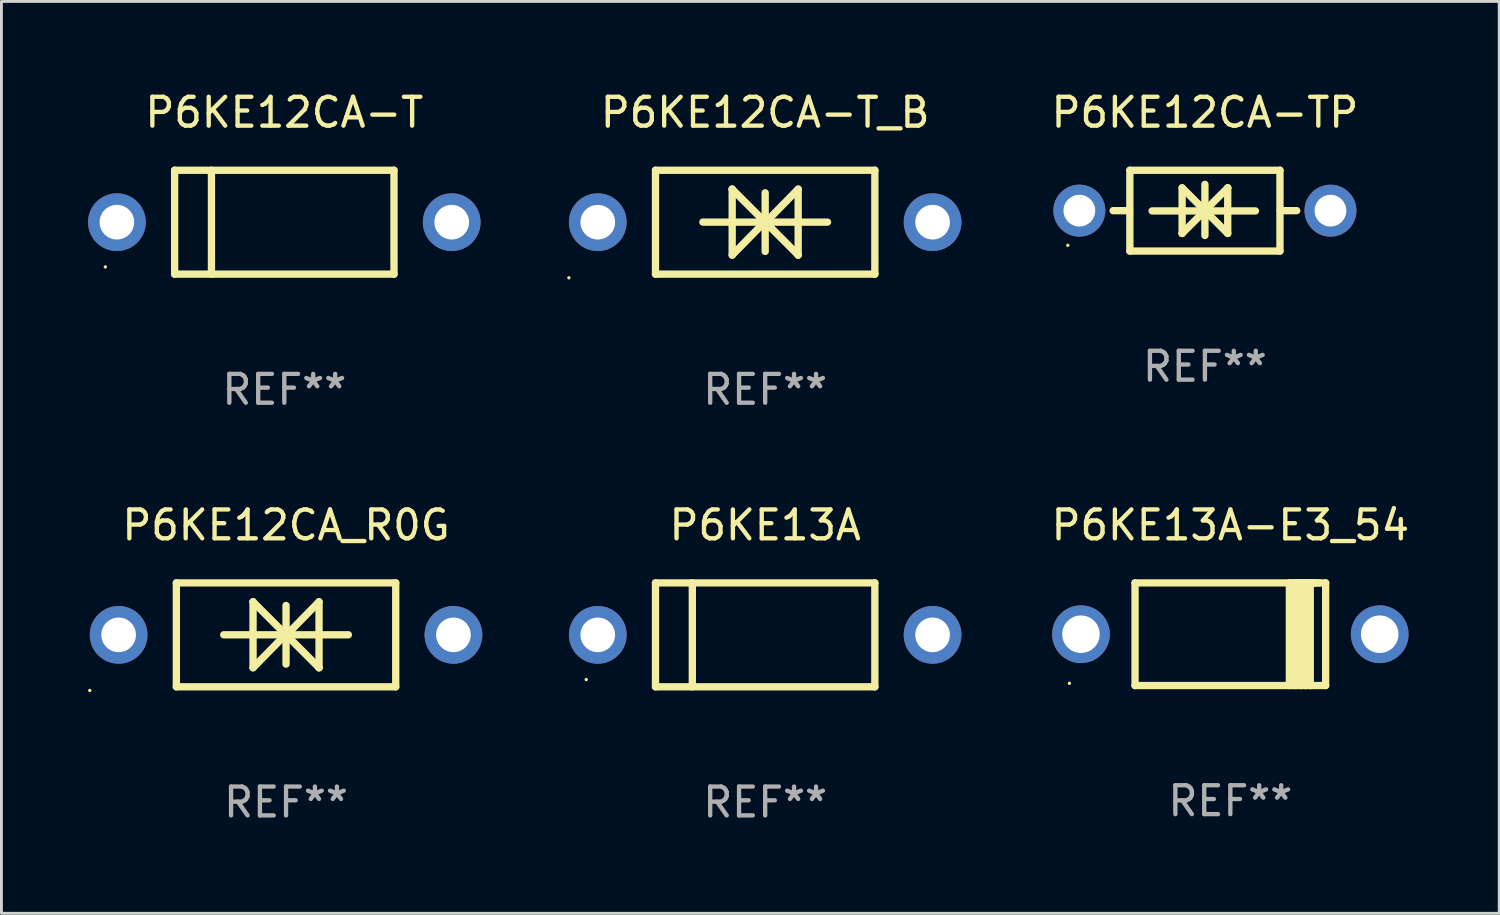
<source format=kicad_pcb>
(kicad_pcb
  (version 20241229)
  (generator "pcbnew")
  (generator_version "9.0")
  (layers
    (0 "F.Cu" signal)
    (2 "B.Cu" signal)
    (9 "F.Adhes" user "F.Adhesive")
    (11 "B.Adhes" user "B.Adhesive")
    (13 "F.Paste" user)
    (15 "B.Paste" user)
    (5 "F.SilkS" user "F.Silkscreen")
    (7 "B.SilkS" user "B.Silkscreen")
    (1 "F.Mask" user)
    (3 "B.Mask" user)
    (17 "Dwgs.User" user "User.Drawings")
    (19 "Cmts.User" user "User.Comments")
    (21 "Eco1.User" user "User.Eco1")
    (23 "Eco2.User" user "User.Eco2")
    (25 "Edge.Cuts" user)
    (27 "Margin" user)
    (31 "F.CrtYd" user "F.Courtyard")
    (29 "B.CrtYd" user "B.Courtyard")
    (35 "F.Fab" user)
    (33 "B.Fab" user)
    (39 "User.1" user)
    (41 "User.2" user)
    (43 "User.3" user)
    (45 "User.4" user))
  (footprint "P6KE12CA_R0G"
    (layer "F.Cu")
    (at 6.86 18.945)
    (property "Reference" "P6KE12CA_R0G" (at 0 -3.8 0) (layer "F.SilkS") (effects (font (size 1 1) (thickness 0.15))))
    (attr through_hole)
    (fp_line (start -3.8 -1.8) (end -3.8 1.8) (stroke (width 0.254) (type solid)) (layer "F.SilkS"))
    (fp_line (start -3.8 -1.8) (end 3.8 -1.8) (stroke (width 0.254) (type solid)) (layer "F.SilkS"))
    (fp_line (start -3.8 1.8) (end 3.8 1.8) (stroke (width 0.254) (type solid)) (layer "F.SilkS"))
    (fp_line (start -2.159 -0.003) (end 2.159 -0.003) (stroke (width 0.254) (type solid)) (layer "F.SilkS"))
    (fp_line (start -1.143 -1.146) (end -1.143 1.14) (stroke (width 0.254) (type solid)) (layer "F.SilkS"))
    (fp_line (start -1.143 -1.143) (end -1.143 -1.146) (stroke (width 0.254) (type solid)) (layer "F.SilkS"))
    (fp_line (start 0 -1.019) (end 0 1.013) (stroke (width 0.254) (type solid)) (layer "F.SilkS"))
    (fp_line (start 0 -0.026) (end -1.143 1.14) (stroke (width 0.254) (type solid)) (layer "F.SilkS"))
    (fp_line (start 0 -0.006) (end 1.143 1.137) (stroke (width 0.254) (type solid)) (layer "F.SilkS"))
    (fp_line (start 0 0) (end -1.143 -1.143) (stroke (width 0.254) (type solid)) (layer "F.SilkS"))
    (fp_line (start 0 0.02) (end 1.143 -1.146) (stroke (width 0.254) (type solid)) (layer "F.SilkS"))
    (fp_line (start 1.143 1.137) (end 1.143 1.14) (stroke (width 0.254) (type solid)) (layer "F.SilkS"))
    (fp_line (start 1.143 1.14) (end 1.143 -1.146) (stroke (width 0.254) (type solid)) (layer "F.SilkS"))
    (fp_line (start 3.8 -1.8) (end 3.8 1.8) (stroke (width 0.254) (type solid)) (layer "F.SilkS"))
    (fp_circle (center -6.8 1.927) (end -6.77 1.927) (stroke (width 0.06) (type solid)) (fill no) (layer "F.SilkS"))
    (fp_text user "REF**" (at 0 5.8 0) (layer "F.Fab") (effects (font (size 1 1) (thickness 0.15))))
    (pad "1" thru_hole circle (at -5.8 0) (size 2 2) (drill 1.2) (layers "*.Cu" "*.Mask"))
    (pad "2" thru_hole circle (at 5.8 0) (size 2 2) (drill 1.2) (layers "*.Cu" "*.Mask")))
  (footprint "P6KE12CA-TP"
    (layer "F.Cu")
    (at 38.695 4.248)
    (property "Reference" "P6KE12CA-TP" (at 0 -3.4 0) (layer "F.SilkS") (effects (font (size 1 1) (thickness 0.15))))
    (attr through_hole)
    (fp_line (start -2.61 0) (end -3.18 0) (stroke (width 0.254) (type solid)) (layer "F.SilkS"))
    (fp_line (start -2.6 1.4) (end -2.6 -1.4) (stroke (width 0.254) (type solid)) (layer "F.SilkS"))
    (fp_line (start -1.83 0.01) (end 1.75 0.01) (stroke (width 0.254) (type solid)) (layer "F.SilkS"))
    (fp_line (start -0.79 -0.79) (end -0.79 0.79) (stroke (width 0.254) (type solid)) (layer "F.SilkS"))
    (fp_line (start -0.79 0.79) (end -0.79 0.79) (stroke (width 0.254) (type solid)) (layer "F.SilkS"))
    (fp_line (start -0.79 0.79) (end 0.000025 0) (stroke (width 0.254) (type solid)) (layer "F.SilkS"))
    (fp_line (start 0 -0.91) (end 0 0.86) (stroke (width 0.254) (type solid)) (layer "F.SilkS"))
    (fp_line (start 0.000025 0) (end -0.79 -0.79) (stroke (width 0.254) (type solid)) (layer "F.SilkS"))
    (fp_line (start 0.000025 0) (end 0.79 0.79) (stroke (width 0.254) (type solid)) (layer "F.SilkS"))
    (fp_line (start 0.79 -0.79) (end 0.000025 0) (stroke (width 0.254) (type solid)) (layer "F.SilkS"))
    (fp_line (start 0.79 -0.79) (end 0.79 -0.79) (stroke (width 0.254) (type solid)) (layer "F.SilkS"))
    (fp_line (start 0.79 0.79) (end 0.79 -0.79) (stroke (width 0.254) (type solid)) (layer "F.SilkS"))
    (fp_line (start 2.6 -1.4) (end -2.6 -1.4) (stroke (width 0.254) (type solid)) (layer "F.SilkS"))
    (fp_line (start 2.6 1.4) (end -2.6 1.4) (stroke (width 0.254) (type solid)) (layer "F.SilkS"))
    (fp_line (start 2.6 1.4) (end 2.6 -1.4) (stroke (width 0.254) (type solid)) (layer "F.SilkS"))
    (fp_line (start 2.61 0) (end 3.18 0) (stroke (width 0.254) (type solid)) (layer "F.SilkS"))
    (fp_circle (center -4.75 1.2) (end -4.72 1.2) (stroke (width 0.06) (type solid)) (fill no) (layer "F.SilkS"))
    (fp_text user "REF**" (at 0 5.4 0) (layer "F.Fab") (effects (font (size 1 1) (thickness 0.15))))
    (pad "1" thru_hole circle (at -4.35 0) (size 1.8 1.8) (drill 1.1) (layers "*.Cu" "*.Mask"))
    (pad "2" thru_hole circle (at 4.35 0) (size 1.8 1.8) (drill 1.1) (layers "*.Cu" "*.Mask")))
  (footprint "P6KE13A-E3_54"
    (layer "F.Cu")
    (at 39.576 18.923)
    (property "Reference" "P6KE13A-E3_54" (at 0 -3.778 0) (layer "F.SilkS") (effects (font (size 1 1) (thickness 0.15))))
    (attr through_hole)
    (fp_line (start -3.302 -1.778) (end -3.302 1.778) (stroke (width 0.254) (type solid)) (layer "F.SilkS"))
    (fp_line (start -3.302 1.778) (end 3.302 1.778) (stroke (width 0.254) (type solid)) (layer "F.SilkS"))
    (fp_line (start 2.045 -1.778) (end 2.045 1.778) (stroke (width 0.254) (type solid)) (layer "F.SilkS"))
    (fp_line (start 2.261 -1.778) (end 2.261 1.778) (stroke (width 0.254) (type solid)) (layer "F.SilkS"))
    (fp_line (start 2.421 -1.778) (end 2.045 -1.778) (stroke (width 0.254) (type solid)) (layer "F.SilkS"))
    (fp_line (start 2.439 -1.778) (end 2.439 1.778) (stroke (width 0.254) (type solid)) (layer "F.SilkS"))
    (fp_line (start 2.579 -1.778) (end 2.261 -1.778) (stroke (width 0.254) (type solid)) (layer "F.SilkS"))
    (fp_line (start 2.604 -1.778) (end 2.604 1.778) (stroke (width 0.254) (type solid)) (layer "F.SilkS"))
    (fp_line (start 2.757 -1.778) (end 2.439 -1.778) (stroke (width 0.254) (type solid)) (layer "F.SilkS"))
    (fp_line (start 2.769 -1.778) (end 2.769 1.778) (stroke (width 0.254) (type solid)) (layer "F.SilkS"))
    (fp_line (start 2.922 -1.778) (end 2.604 -1.778) (stroke (width 0.254) (type solid)) (layer "F.SilkS"))
    (fp_line (start 3.087 -1.778) (end 2.769 -1.778) (stroke (width 0.254) (type solid)) (layer "F.SilkS"))
    (fp_line (start 3.302 -1.778) (end -3.302 -1.778) (stroke (width 0.254) (type solid)) (layer "F.SilkS"))
    (fp_line (start 3.302 1.778) (end 3.302 -1.778) (stroke (width 0.254) (type solid)) (layer "F.SilkS"))
    (fp_circle (center -5.576 1.7) (end -5.546 1.7) (stroke (width 0.06) (type solid)) (fill no) (layer "F.SilkS"))
    (fp_text user "REF**" (at 0 5.778 0) (layer "F.Fab") (effects (font (size 1 1) (thickness 0.15))))
    (pad "1" thru_hole circle (at -5.175 0) (size 2 2) (drill 1.3) (layers "*.Cu" "*.Mask"))
    (pad "2" thru_hole circle (at 5.175 0) (size 2 2) (drill 1.3) (layers "*.Cu" "*.Mask")))
  (footprint "P6KE13A"
    (layer "F.Cu")
    (at 23.46 18.945)
    (property "Reference" "P6KE13A" (at 0 -3.8 0) (layer "F.SilkS") (effects (font (size 1 1) (thickness 0.15))))
    (attr through_hole)
    (fp_line (start -3.8 -1.8) (end -3.8 1.8) (stroke (width 0.254) (type solid)) (layer "F.SilkS"))
    (fp_line (start -3.8 -1.8) (end 3.8 -1.8) (stroke (width 0.254) (type solid)) (layer "F.SilkS"))
    (fp_line (start -3.8 1.8) (end 3.8 1.8) (stroke (width 0.254) (type solid)) (layer "F.SilkS"))
    (fp_line (start -2.524 -1.8) (end -2.524 1.8) (stroke (width 0.254) (type solid)) (layer "F.SilkS"))
    (fp_line (start 3.8 -1.8) (end 3.8 1.8) (stroke (width 0.254) (type solid)) (layer "F.SilkS"))
    (fp_circle (center -6.2 1.55) (end -6.17 1.55) (stroke (width 0.06) (type solid)) (fill no) (layer "F.SilkS"))
    (fp_text user "REF**" (at 0 5.8 0) (layer "F.Fab") (effects (font (size 1 1) (thickness 0.15))))
    (pad "1" thru_hole circle (at -5.8 0) (size 2 2) (drill 1.2) (layers "*.Cu" "*.Mask"))
    (pad "2" thru_hole circle (at 5.8 0) (size 2 2) (drill 1.2) (layers "*.Cu" "*.Mask")))
  (footprint "P6KE12CA-T_B"
    (layer "F.Cu")
    (at 23.46 4.648)
    (property "Reference" "P6KE12CA-T_B" (at 0 -3.8 0) (layer "F.SilkS") (effects (font (size 1 1) (thickness 0.15))))
    (attr through_hole)
    (fp_line (start -3.8 -1.8) (end -3.8 1.8) (stroke (width 0.254) (type solid)) (layer "F.SilkS"))
    (fp_line (start -3.8 -1.8) (end 3.8 -1.8) (stroke (width 0.254) (type solid)) (layer "F.SilkS"))
    (fp_line (start -3.8 1.8) (end 3.8 1.8) (stroke (width 0.254) (type solid)) (layer "F.SilkS"))
    (fp_line (start -2.159 -0.003) (end 2.159 -0.003) (stroke (width 0.254) (type solid)) (layer "F.SilkS"))
    (fp_line (start -1.143 -1.146) (end -1.143 1.14) (stroke (width 0.254) (type solid)) (layer "F.SilkS"))
    (fp_line (start -1.143 -1.143) (end -1.143 -1.146) (stroke (width 0.254) (type solid)) (layer "F.SilkS"))
    (fp_line (start 0 -1.019) (end 0 1.013) (stroke (width 0.254) (type solid)) (layer "F.SilkS"))
    (fp_line (start 0 -0.026) (end -1.143 1.14) (stroke (width 0.254) (type solid)) (layer "F.SilkS"))
    (fp_line (start 0 -0.006) (end 1.143 1.137) (stroke (width 0.254) (type solid)) (layer "F.SilkS"))
    (fp_line (start 0 0) (end -1.143 -1.143) (stroke (width 0.254) (type solid)) (layer "F.SilkS"))
    (fp_line (start 0 0.02) (end 1.143 -1.146) (stroke (width 0.254) (type solid)) (layer "F.SilkS"))
    (fp_line (start 1.143 1.137) (end 1.143 1.14) (stroke (width 0.254) (type solid)) (layer "F.SilkS"))
    (fp_line (start 1.143 1.14) (end 1.143 -1.146) (stroke (width 0.254) (type solid)) (layer "F.SilkS"))
    (fp_line (start 3.8 -1.8) (end 3.8 1.8) (stroke (width 0.254) (type solid)) (layer "F.SilkS"))
    (fp_circle (center -6.8 1.927) (end -6.77 1.927) (stroke (width 0.06) (type solid)) (fill no) (layer "F.SilkS"))
    (fp_text user "REF**" (at 0 5.8 0) (layer "F.Fab") (effects (font (size 1 1) (thickness 0.15))))
    (pad "1" thru_hole circle (at -5.8 0) (size 2 2) (drill 1.2) (layers "*.Cu" "*.Mask"))
    (pad "2" thru_hole circle (at 5.8 0) (size 2 2) (drill 1.2) (layers "*.Cu" "*.Mask")))
  (footprint "P6KE12CA-T"
    (layer "F.Cu")
    (at 6.8 4.648)
    (property "Reference" "P6KE12CA-T" (at 0 -3.8 0) (layer "F.SilkS") (effects (font (size 1 1) (thickness 0.15))))
    (attr through_hole)
    (fp_line (start -3.8 -1.8) (end -3.8 1.8) (stroke (width 0.254) (type solid)) (layer "F.SilkS"))
    (fp_line (start -3.8 -1.8) (end 3.8 -1.8) (stroke (width 0.254) (type solid)) (layer "F.SilkS"))
    (fp_line (start -3.8 1.8) (end 3.8 1.8) (stroke (width 0.254) (type solid)) (layer "F.SilkS"))
    (fp_line (start -2.524 -1.8) (end -2.524 1.8) (stroke (width 0.254) (type solid)) (layer "F.SilkS"))
    (fp_line (start 3.8 -1.8) (end 3.8 1.8) (stroke (width 0.254) (type solid)) (layer "F.SilkS"))
    (fp_circle (center -6.2 1.55) (end -6.17 1.55) (stroke (width 0.06) (type solid)) (fill no) (layer "F.SilkS"))
    (fp_text user "REF**" (at 0 5.8 0) (layer "F.Fab") (effects (font (size 1 1) (thickness 0.15))))
    (pad "1" thru_hole circle (at -5.8 0) (size 2 2) (drill 1.2) (layers "*.Cu" "*.Mask"))
    (pad "2" thru_hole circle (at 5.8 0) (size 2 2) (drill 1.2) (layers "*.Cu" "*.Mask")))
  (gr_rect
    (start -3 -3)
    (end 48.891 28.593)
    (stroke (width 0.1) (type default))
    (fill no)
    (layer "Edge.Cuts")))
</source>
